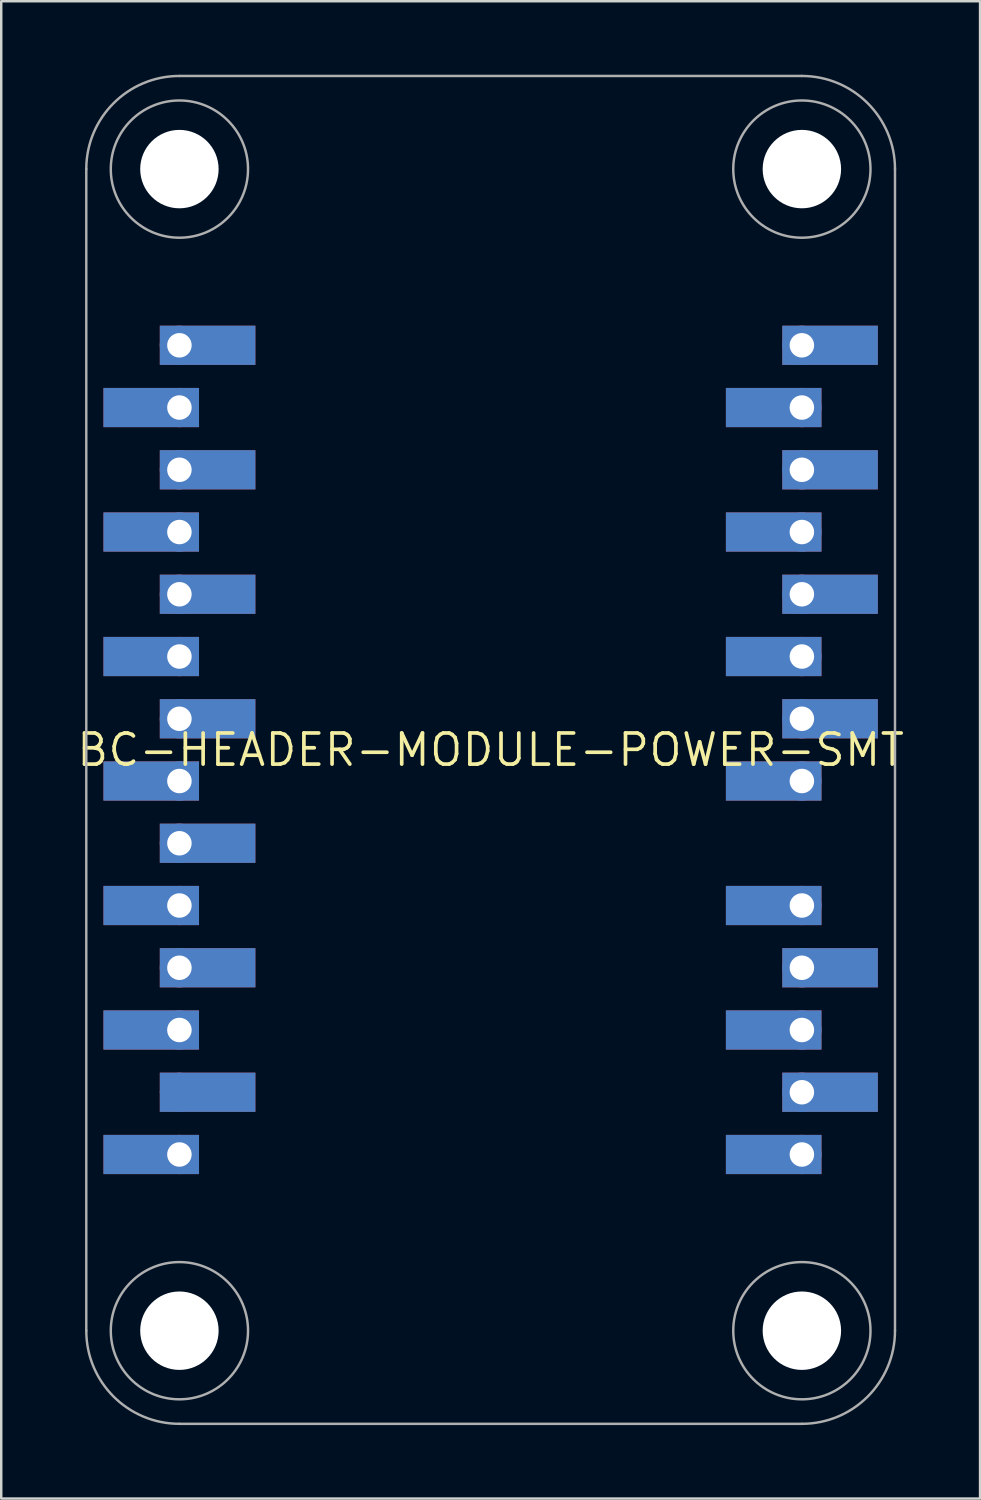
<source format=kicad_pcb>
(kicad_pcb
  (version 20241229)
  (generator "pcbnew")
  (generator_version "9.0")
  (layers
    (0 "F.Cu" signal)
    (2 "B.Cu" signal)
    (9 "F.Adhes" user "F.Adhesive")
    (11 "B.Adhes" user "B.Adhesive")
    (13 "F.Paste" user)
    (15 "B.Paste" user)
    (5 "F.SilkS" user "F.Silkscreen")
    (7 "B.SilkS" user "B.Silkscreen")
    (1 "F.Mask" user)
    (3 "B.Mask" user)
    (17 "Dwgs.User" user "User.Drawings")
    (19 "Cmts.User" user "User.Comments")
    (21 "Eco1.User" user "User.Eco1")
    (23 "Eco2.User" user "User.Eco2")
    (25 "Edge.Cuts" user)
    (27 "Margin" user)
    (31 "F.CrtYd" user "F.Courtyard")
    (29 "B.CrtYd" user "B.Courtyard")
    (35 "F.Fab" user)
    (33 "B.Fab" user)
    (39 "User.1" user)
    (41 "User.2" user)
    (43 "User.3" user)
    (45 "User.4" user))
  (footprint "BC-HEADER-MODULE-POWER-SMT"
    (layer "F.Cu")
    (at 16.971 27.55)
    (property "Reference" "BC-HEADER-MODULE-POWER-SMT" (at 0 0 0) (unlocked yes) (layer "F.SilkS") (effects (font (size 1.27 1.27) (thickness 0.15))))
    (fp_poly (pts (xy -11.9 -13.17) (xy -15.8 -13.17) (xy -15.8 -14.77) (xy -11.9 -14.77)) (stroke (width 0) (type default)) (fill yes) (layer "F.Cu"))
    (fp_poly (pts (xy -11.9 -8.09) (xy -15.8 -8.09) (xy -15.8 -9.69) (xy -11.9 -9.69)) (stroke (width 0) (type default)) (fill yes) (layer "F.Cu"))
    (fp_poly (pts (xy -11.9 -3.01) (xy -15.8 -3.01) (xy -15.8 -4.61) (xy -11.9 -4.61)) (stroke (width 0) (type default)) (fill yes) (layer "F.Cu"))
    (fp_poly (pts (xy -11.9 2.07) (xy -15.8 2.07) (xy -15.8 0.47) (xy -11.9 0.47)) (stroke (width 0) (type default)) (fill yes) (layer "F.Cu"))
    (fp_poly (pts (xy -11.9 7.15) (xy -15.8 7.15) (xy -15.8 5.55) (xy -11.9 5.55)) (stroke (width 0) (type default)) (fill yes) (layer "F.Cu"))
    (fp_poly (pts (xy -11.9 12.23) (xy -15.8 12.23) (xy -15.8 10.63) (xy -11.9 10.63)) (stroke (width 0) (type default)) (fill yes) (layer "F.Cu"))
    (fp_poly (pts (xy -11.9 17.31) (xy -15.8 17.31) (xy -15.8 15.71) (xy -11.9 15.71)) (stroke (width 0) (type default)) (fill yes) (layer "F.Cu"))
    (fp_poly (pts (xy -9.6 -15.71) (xy -13.5 -15.71) (xy -13.5 -17.31) (xy -9.6 -17.31)) (stroke (width 0) (type default)) (fill yes) (layer "F.Cu"))
    (fp_poly (pts (xy -9.6 -10.63) (xy -13.5 -10.63) (xy -13.5 -12.23) (xy -9.6 -12.23)) (stroke (width 0) (type default)) (fill yes) (layer "F.Cu"))
    (fp_poly (pts (xy -9.6 -5.55) (xy -13.5 -5.55) (xy -13.5 -7.15) (xy -9.6 -7.15)) (stroke (width 0) (type default)) (fill yes) (layer "F.Cu"))
    (fp_poly (pts (xy -9.6 -0.47) (xy -13.5 -0.47) (xy -13.5 -2.07) (xy -9.6 -2.07)) (stroke (width 0) (type default)) (fill yes) (layer "F.Cu"))
    (fp_poly (pts (xy -9.6 4.61) (xy -13.5 4.61) (xy -13.5 3.01) (xy -9.6 3.01)) (stroke (width 0) (type default)) (fill yes) (layer "F.Cu"))
    (fp_poly (pts (xy -9.6 9.69) (xy -13.5 9.69) (xy -13.5 8.09) (xy -9.6 8.09)) (stroke (width 0) (type default)) (fill yes) (layer "F.Cu"))
    (fp_poly (pts (xy -9.6 14.77) (xy -13.5 14.77) (xy -13.5 13.17) (xy -9.6 13.17)) (stroke (width 0) (type default)) (fill yes) (layer "F.Cu"))
    (fp_poly (pts (xy 13.5 -13.17) (xy 9.6 -13.17) (xy 9.6 -14.77) (xy 13.5 -14.77)) (stroke (width 0) (type default)) (fill yes) (layer "F.Cu"))
    (fp_poly (pts (xy 13.5 -8.09) (xy 9.6 -8.09) (xy 9.6 -9.69) (xy 13.5 -9.69)) (stroke (width 0) (type default)) (fill yes) (layer "F.Cu"))
    (fp_poly (pts (xy 13.5 -3.01) (xy 9.6 -3.01) (xy 9.6 -4.61) (xy 13.5 -4.61)) (stroke (width 0) (type default)) (fill yes) (layer "F.Cu"))
    (fp_poly (pts (xy 13.5 2.07) (xy 9.6 2.07) (xy 9.6 0.47) (xy 13.5 0.47)) (stroke (width 0) (type default)) (fill yes) (layer "F.Cu"))
    (fp_poly (pts (xy 13.5 7.15) (xy 9.6 7.15) (xy 9.6 5.55) (xy 13.5 5.55)) (stroke (width 0) (type default)) (fill yes) (layer "F.Cu"))
    (fp_poly (pts (xy 13.5 12.23) (xy 9.6 12.23) (xy 9.6 10.63) (xy 13.5 10.63)) (stroke (width 0) (type default)) (fill yes) (layer "F.Cu"))
    (fp_poly (pts (xy 13.5 17.31) (xy 9.6 17.31) (xy 9.6 15.71) (xy 13.5 15.71)) (stroke (width 0) (type default)) (fill yes) (layer "F.Cu"))
    (fp_poly (pts (xy 15.8 -15.71) (xy 11.9 -15.71) (xy 11.9 -17.31) (xy 15.8 -17.31)) (stroke (width 0) (type default)) (fill yes) (layer "F.Cu"))
    (fp_poly (pts (xy 15.8 -10.63) (xy 11.9 -10.63) (xy 11.9 -12.23) (xy 15.8 -12.23)) (stroke (width 0) (type default)) (fill yes) (layer "F.Cu"))
    (fp_poly (pts (xy 15.8 -5.55) (xy 11.9 -5.55) (xy 11.9 -7.15) (xy 15.8 -7.15)) (stroke (width 0) (type default)) (fill yes) (layer "F.Cu"))
    (fp_poly (pts (xy 15.8 -0.47) (xy 11.9 -0.47) (xy 11.9 -2.07) (xy 15.8 -2.07)) (stroke (width 0) (type default)) (fill yes) (layer "F.Cu"))
    (fp_poly (pts (xy 15.8 9.69) (xy 11.9 9.69) (xy 11.9 8.09) (xy 15.8 8.09)) (stroke (width 0) (type default)) (fill yes) (layer "F.Cu"))
    (fp_poly (pts (xy 15.8 14.77) (xy 11.9 14.77) (xy 11.9 13.17) (xy 15.8 13.17)) (stroke (width 0) (type default)) (fill yes) (layer "F.Cu"))
    (fp_poly (pts (xy -15.9 -13.07) (xy -11.8 -13.07) (xy -11.8 -14.87) (xy -15.9 -14.87)) (stroke (width 0) (type default)) (fill yes) (layer "F.Mask"))
    (fp_poly (pts (xy -15.9 -7.99) (xy -11.8 -7.99) (xy -11.8 -9.79) (xy -15.9 -9.79)) (stroke (width 0) (type default)) (fill yes) (layer "F.Mask"))
    (fp_poly (pts (xy -15.9 -2.91) (xy -11.8 -2.91) (xy -11.8 -4.71) (xy -15.9 -4.71)) (stroke (width 0) (type default)) (fill yes) (layer "F.Mask"))
    (fp_poly (pts (xy -15.9 2.17) (xy -11.8 2.17) (xy -11.8 0.37) (xy -15.9 0.37)) (stroke (width 0) (type default)) (fill yes) (layer "F.Mask"))
    (fp_poly (pts (xy -15.9 7.25) (xy -11.8 7.25) (xy -11.8 5.45) (xy -15.9 5.45)) (stroke (width 0) (type default)) (fill yes) (layer "F.Mask"))
    (fp_poly (pts (xy -15.9 12.33) (xy -11.8 12.33) (xy -11.8 10.53) (xy -15.9 10.53)) (stroke (width 0) (type default)) (fill yes) (layer "F.Mask"))
    (fp_poly (pts (xy -15.9 17.41) (xy -11.8 17.41) (xy -11.8 15.61) (xy -15.9 15.61)) (stroke (width 0) (type default)) (fill yes) (layer "F.Mask"))
    (fp_poly (pts (xy -9.5 -17.41) (xy -13.6 -17.41) (xy -13.6 -15.61) (xy -9.5 -15.61)) (stroke (width 0) (type default)) (fill yes) (layer "F.Mask"))
    (fp_poly (pts (xy -9.5 -12.33) (xy -13.6 -12.33) (xy -13.6 -10.53) (xy -9.5 -10.53)) (stroke (width 0) (type default)) (fill yes) (layer "F.Mask"))
    (fp_poly (pts (xy -9.5 -7.25) (xy -13.6 -7.25) (xy -13.6 -5.45) (xy -9.5 -5.45)) (stroke (width 0) (type default)) (fill yes) (layer "F.Mask"))
    (fp_poly (pts (xy -9.5 -2.17) (xy -13.6 -2.17) (xy -13.6 -0.37) (xy -9.5 -0.37)) (stroke (width 0) (type default)) (fill yes) (layer "F.Mask"))
    (fp_poly (pts (xy -9.5 2.91) (xy -13.6 2.91) (xy -13.6 4.71) (xy -9.5 4.71)) (stroke (width 0) (type default)) (fill yes) (layer "F.Mask"))
    (fp_poly (pts (xy -9.5 7.99) (xy -13.6 7.99) (xy -13.6 9.79) (xy -9.5 9.79)) (stroke (width 0) (type default)) (fill yes) (layer "F.Mask"))
    (fp_poly (pts (xy -9.5 13.07) (xy -13.6 13.07) (xy -13.6 14.87) (xy -9.5 14.87)) (stroke (width 0) (type default)) (fill yes) (layer "F.Mask"))
    (fp_poly (pts (xy 9.5 -13.07) (xy 13.6 -13.07) (xy 13.6 -14.87) (xy 9.5 -14.87)) (stroke (width 0) (type default)) (fill yes) (layer "F.Mask"))
    (fp_poly (pts (xy 9.5 -7.99) (xy 13.6 -7.99) (xy 13.6 -9.79) (xy 9.5 -9.79)) (stroke (width 0) (type default)) (fill yes) (layer "F.Mask"))
    (fp_poly (pts (xy 9.5 -2.91) (xy 13.6 -2.91) (xy 13.6 -4.71) (xy 9.5 -4.71)) (stroke (width 0) (type default)) (fill yes) (layer "F.Mask"))
    (fp_poly (pts (xy 9.5 2.17) (xy 13.6 2.17) (xy 13.6 0.37) (xy 9.5 0.37)) (stroke (width 0) (type default)) (fill yes) (layer "F.Mask"))
    (fp_poly (pts (xy 9.5 7.25) (xy 13.6 7.25) (xy 13.6 5.45) (xy 9.5 5.45)) (stroke (width 0) (type default)) (fill yes) (layer "F.Mask"))
    (fp_poly (pts (xy 9.5 12.33) (xy 13.6 12.33) (xy 13.6 10.53) (xy 9.5 10.53)) (stroke (width 0) (type default)) (fill yes) (layer "F.Mask"))
    (fp_poly (pts (xy 9.5 17.41) (xy 13.6 17.41) (xy 13.6 15.61) (xy 9.5 15.61)) (stroke (width 0) (type default)) (fill yes) (layer "F.Mask"))
    (fp_poly (pts (xy 15.9 -17.41) (xy 11.8 -17.41) (xy 11.8 -15.61) (xy 15.9 -15.61)) (stroke (width 0) (type default)) (fill yes) (layer "F.Mask"))
    (fp_poly (pts (xy 15.9 -12.33) (xy 11.8 -12.33) (xy 11.8 -10.53) (xy 15.9 -10.53)) (stroke (width 0) (type default)) (fill yes) (layer "F.Mask"))
    (fp_poly (pts (xy 15.9 -7.25) (xy 11.8 -7.25) (xy 11.8 -5.45) (xy 15.9 -5.45)) (stroke (width 0) (type default)) (fill yes) (layer "F.Mask"))
    (fp_poly (pts (xy 15.9 -2.17) (xy 11.8 -2.17) (xy 11.8 -0.37) (xy 15.9 -0.37)) (stroke (width 0) (type default)) (fill yes) (layer "F.Mask"))
    (fp_poly (pts (xy 15.9 7.99) (xy 11.8 7.99) (xy 11.8 9.79) (xy 15.9 9.79)) (stroke (width 0) (type default)) (fill yes) (layer "F.Mask"))
    (fp_poly (pts (xy 15.9 13.07) (xy 11.8 13.07) (xy 11.8 14.87) (xy 15.9 14.87)) (stroke (width 0) (type default)) (fill yes) (layer "F.Mask"))
    (fp_poly (pts (xy -11.9 -13.17) (xy -15.8 -13.17) (xy -15.8 -14.77) (xy -11.9 -14.77)) (stroke (width 0) (type default)) (fill yes) (layer "B.Cu"))
    (fp_poly (pts (xy -11.9 -8.09) (xy -15.8 -8.09) (xy -15.8 -9.69) (xy -11.9 -9.69)) (stroke (width 0) (type default)) (fill yes) (layer "B.Cu"))
    (fp_poly (pts (xy -11.9 -3.01) (xy -15.8 -3.01) (xy -15.8 -4.61) (xy -11.9 -4.61)) (stroke (width 0) (type default)) (fill yes) (layer "B.Cu"))
    (fp_poly (pts (xy -11.9 2.07) (xy -15.8 2.07) (xy -15.8 0.47) (xy -11.9 0.47)) (stroke (width 0) (type default)) (fill yes) (layer "B.Cu"))
    (fp_poly (pts (xy -11.9 7.15) (xy -15.8 7.15) (xy -15.8 5.55) (xy -11.9 5.55)) (stroke (width 0) (type default)) (fill yes) (layer "B.Cu"))
    (fp_poly (pts (xy -11.9 12.23) (xy -15.8 12.23) (xy -15.8 10.63) (xy -11.9 10.63)) (stroke (width 0) (type default)) (fill yes) (layer "B.Cu"))
    (fp_poly (pts (xy -11.9 17.31) (xy -15.8 17.31) (xy -15.8 15.71) (xy -11.9 15.71)) (stroke (width 0) (type default)) (fill yes) (layer "B.Cu"))
    (fp_poly (pts (xy -9.6 -15.71) (xy -13.5 -15.71) (xy -13.5 -17.31) (xy -9.6 -17.31)) (stroke (width 0) (type default)) (fill yes) (layer "B.Cu"))
    (fp_poly (pts (xy -9.6 -10.63) (xy -13.5 -10.63) (xy -13.5 -12.23) (xy -9.6 -12.23)) (stroke (width 0) (type default)) (fill yes) (layer "B.Cu"))
    (fp_poly (pts (xy -9.6 -5.55) (xy -13.5 -5.55) (xy -13.5 -7.15) (xy -9.6 -7.15)) (stroke (width 0) (type default)) (fill yes) (layer "B.Cu"))
    (fp_poly (pts (xy -9.6 -0.47) (xy -13.5 -0.47) (xy -13.5 -2.07) (xy -9.6 -2.07)) (stroke (width 0) (type default)) (fill yes) (layer "B.Cu"))
    (fp_poly (pts (xy -9.6 4.61) (xy -13.5 4.61) (xy -13.5 3.01) (xy -9.6 3.01)) (stroke (width 0) (type default)) (fill yes) (layer "B.Cu"))
    (fp_poly (pts (xy -9.6 9.69) (xy -13.5 9.69) (xy -13.5 8.09) (xy -9.6 8.09)) (stroke (width 0) (type default)) (fill yes) (layer "B.Cu"))
    (fp_poly (pts (xy -9.6 14.77) (xy -13.5 14.77) (xy -13.5 13.17) (xy -9.6 13.17)) (stroke (width 0) (type default)) (fill yes) (layer "B.Cu"))
    (fp_poly (pts (xy 13.5 -13.17) (xy 9.6 -13.17) (xy 9.6 -14.77) (xy 13.5 -14.77)) (stroke (width 0) (type default)) (fill yes) (layer "B.Cu"))
    (fp_poly (pts (xy 13.5 -8.09) (xy 9.6 -8.09) (xy 9.6 -9.69) (xy 13.5 -9.69)) (stroke (width 0) (type default)) (fill yes) (layer "B.Cu"))
    (fp_poly (pts (xy 13.5 -3.01) (xy 9.6 -3.01) (xy 9.6 -4.61) (xy 13.5 -4.61)) (stroke (width 0) (type default)) (fill yes) (layer "B.Cu"))
    (fp_poly (pts (xy 13.5 2.07) (xy 9.6 2.07) (xy 9.6 0.47) (xy 13.5 0.47)) (stroke (width 0) (type default)) (fill yes) (layer "B.Cu"))
    (fp_poly (pts (xy 13.5 7.15) (xy 9.6 7.15) (xy 9.6 5.55) (xy 13.5 5.55)) (stroke (width 0) (type default)) (fill yes) (layer "B.Cu"))
    (fp_poly (pts (xy 13.5 12.23) (xy 9.6 12.23) (xy 9.6 10.63) (xy 13.5 10.63)) (stroke (width 0) (type default)) (fill yes) (layer "B.Cu"))
    (fp_poly (pts (xy 13.5 17.31) (xy 9.6 17.31) (xy 9.6 15.71) (xy 13.5 15.71)) (stroke (width 0) (type default)) (fill yes) (layer "B.Cu"))
    (fp_poly (pts (xy 15.8 -15.71) (xy 11.9 -15.71) (xy 11.9 -17.31) (xy 15.8 -17.31)) (stroke (width 0) (type default)) (fill yes) (layer "B.Cu"))
    (fp_poly (pts (xy 15.8 -10.63) (xy 11.9 -10.63) (xy 11.9 -12.23) (xy 15.8 -12.23)) (stroke (width 0) (type default)) (fill yes) (layer "B.Cu"))
    (fp_poly (pts (xy 15.8 -5.55) (xy 11.9 -5.55) (xy 11.9 -7.15) (xy 15.8 -7.15)) (stroke (width 0) (type default)) (fill yes) (layer "B.Cu"))
    (fp_poly (pts (xy 15.8 -0.47) (xy 11.9 -0.47) (xy 11.9 -2.07) (xy 15.8 -2.07)) (stroke (width 0) (type default)) (fill yes) (layer "B.Cu"))
    (fp_poly (pts (xy 15.8 9.69) (xy 11.9 9.69) (xy 11.9 8.09) (xy 15.8 8.09)) (stroke (width 0) (type default)) (fill yes) (layer "B.Cu"))
    (fp_poly (pts (xy 15.8 14.77) (xy 11.9 14.77) (xy 11.9 13.17) (xy 15.8 13.17)) (stroke (width 0) (type default)) (fill yes) (layer "B.Cu"))
    (fp_poly (pts (xy -15.9 -13.07) (xy -11.8 -13.07) (xy -11.8 -14.87) (xy -15.9 -14.87)) (stroke (width 0) (type default)) (fill yes) (layer "B.Mask"))
    (fp_poly (pts (xy -15.9 -7.99) (xy -11.8 -7.99) (xy -11.8 -9.79) (xy -15.9 -9.79)) (stroke (width 0) (type default)) (fill yes) (layer "B.Mask"))
    (fp_poly (pts (xy -15.9 -2.91) (xy -11.8 -2.91) (xy -11.8 -4.71) (xy -15.9 -4.71)) (stroke (width 0) (type default)) (fill yes) (layer "B.Mask"))
    (fp_poly (pts (xy -15.9 2.17) (xy -11.8 2.17) (xy -11.8 0.37) (xy -15.9 0.37)) (stroke (width 0) (type default)) (fill yes) (layer "B.Mask"))
    (fp_poly (pts (xy -15.9 7.25) (xy -11.8 7.25) (xy -11.8 5.45) (xy -15.9 5.45)) (stroke (width 0) (type default)) (fill yes) (layer "B.Mask"))
    (fp_poly (pts (xy -15.9 12.33) (xy -11.8 12.33) (xy -11.8 10.53) (xy -15.9 10.53)) (stroke (width 0) (type default)) (fill yes) (layer "B.Mask"))
    (fp_poly (pts (xy -15.9 17.41) (xy -11.8 17.41) (xy -11.8 15.61) (xy -15.9 15.61)) (stroke (width 0) (type default)) (fill yes) (layer "B.Mask"))
    (fp_poly (pts (xy -9.5 -17.41) (xy -13.6 -17.41) (xy -13.6 -15.61) (xy -9.5 -15.61)) (stroke (width 0) (type default)) (fill yes) (layer "B.Mask"))
    (fp_poly (pts (xy -9.5 -12.33) (xy -13.6 -12.33) (xy -13.6 -10.53) (xy -9.5 -10.53)) (stroke (width 0) (type default)) (fill yes) (layer "B.Mask"))
    (fp_poly (pts (xy -9.5 -7.25) (xy -13.6 -7.25) (xy -13.6 -5.45) (xy -9.5 -5.45)) (stroke (width 0) (type default)) (fill yes) (layer "B.Mask"))
    (fp_poly (pts (xy -9.5 -2.17) (xy -13.6 -2.17) (xy -13.6 -0.37) (xy -9.5 -0.37)) (stroke (width 0) (type default)) (fill yes) (layer "B.Mask"))
    (fp_poly (pts (xy -9.5 2.91) (xy -13.6 2.91) (xy -13.6 4.71) (xy -9.5 4.71)) (stroke (width 0) (type default)) (fill yes) (layer "B.Mask"))
    (fp_poly (pts (xy -9.5 7.99) (xy -13.6 7.99) (xy -13.6 9.79) (xy -9.5 9.79)) (stroke (width 0) (type default)) (fill yes) (layer "B.Mask"))
    (fp_poly (pts (xy -9.5 13.07) (xy -13.6 13.07) (xy -13.6 14.87) (xy -9.5 14.87)) (stroke (width 0) (type default)) (fill yes) (layer "B.Mask"))
    (fp_poly (pts (xy 9.5 -13.07) (xy 13.6 -13.07) (xy 13.6 -14.87) (xy 9.5 -14.87)) (stroke (width 0) (type default)) (fill yes) (layer "B.Mask"))
    (fp_poly (pts (xy 9.5 -7.99) (xy 13.6 -7.99) (xy 13.6 -9.79) (xy 9.5 -9.79)) (stroke (width 0) (type default)) (fill yes) (layer "B.Mask"))
    (fp_poly (pts (xy 9.5 -2.91) (xy 13.6 -2.91) (xy 13.6 -4.71) (xy 9.5 -4.71)) (stroke (width 0) (type default)) (fill yes) (layer "B.Mask"))
    (fp_poly (pts (xy 9.5 2.17) (xy 13.6 2.17) (xy 13.6 0.37) (xy 9.5 0.37)) (stroke (width 0) (type default)) (fill yes) (layer "B.Mask"))
    (fp_poly (pts (xy 9.5 7.25) (xy 13.6 7.25) (xy 13.6 5.45) (xy 9.5 5.45)) (stroke (width 0) (type default)) (fill yes) (layer "B.Mask"))
    (fp_poly (pts (xy 9.5 12.33) (xy 13.6 12.33) (xy 13.6 10.53) (xy 9.5 10.53)) (stroke (width 0) (type default)) (fill yes) (layer "B.Mask"))
    (fp_poly (pts (xy 9.5 17.41) (xy 13.6 17.41) (xy 13.6 15.61) (xy 9.5 15.61)) (stroke (width 0) (type default)) (fill yes) (layer "B.Mask"))
    (fp_poly (pts (xy 15.9 -17.41) (xy 11.8 -17.41) (xy 11.8 -15.61) (xy 15.9 -15.61)) (stroke (width 0) (type default)) (fill yes) (layer "B.Mask"))
    (fp_poly (pts (xy 15.9 -12.33) (xy 11.8 -12.33) (xy 11.8 -10.53) (xy 15.9 -10.53)) (stroke (width 0) (type default)) (fill yes) (layer "B.Mask"))
    (fp_poly (pts (xy 15.9 -7.25) (xy 11.8 -7.25) (xy 11.8 -5.45) (xy 15.9 -5.45)) (stroke (width 0) (type default)) (fill yes) (layer "B.Mask"))
    (fp_poly (pts (xy 15.9 -2.17) (xy 11.8 -2.17) (xy 11.8 -0.37) (xy 15.9 -0.37)) (stroke (width 0) (type default)) (fill yes) (layer "B.Mask"))
    (fp_poly (pts (xy 15.9 7.99) (xy 11.8 7.99) (xy 11.8 9.79) (xy 15.9 9.79)) (stroke (width 0) (type default)) (fill yes) (layer "B.Mask"))
    (fp_poly (pts (xy 15.9 13.07) (xy 11.8 13.07) (xy 11.8 14.87) (xy 15.9 14.87)) (stroke (width 0) (type default)) (fill yes) (layer "B.Mask"))
    (fp_poly (pts (xy -15.7 -13.32) (xy -13.6 -13.32) (xy -13.6 -14.62) (xy -15.7 -14.62)) (stroke (width 0) (type default)) (fill yes) (layer "F.Paste"))
    (fp_poly (pts (xy -15.7 -8.24) (xy -13.6 -8.24) (xy -13.6 -9.54) (xy -15.7 -9.54)) (stroke (width 0) (type default)) (fill yes) (layer "F.Paste"))
    (fp_poly (pts (xy -15.7 -3.16) (xy -13.6 -3.16) (xy -13.6 -4.46) (xy -15.7 -4.46)) (stroke (width 0) (type default)) (fill yes) (layer "F.Paste"))
    (fp_poly (pts (xy -15.7 1.92) (xy -13.6 1.92) (xy -13.6 0.62) (xy -15.7 0.62)) (stroke (width 0) (type default)) (fill yes) (layer "F.Paste"))
    (fp_poly (pts (xy -15.7 7) (xy -13.6 7) (xy -13.6 5.7) (xy -15.7 5.7)) (stroke (width 0) (type default)) (fill yes) (layer "F.Paste"))
    (fp_poly (pts (xy -13.6 10.78) (xy -15.7 10.78) (xy -15.7 12.08) (xy -13.6 12.08)) (stroke (width 0) (type default)) (fill yes) (layer "F.Paste"))
    (fp_poly (pts (xy -13.6 15.86) (xy -15.7 15.86) (xy -15.7 17.16) (xy -13.6 17.16)) (stroke (width 0) (type default)) (fill yes) (layer "F.Paste"))
    (fp_poly (pts (xy -11.8 -10.78) (xy -9.7 -10.78) (xy -9.7 -12.08) (xy -11.8 -12.08)) (stroke (width 0) (type default)) (fill yes) (layer "F.Paste"))
    (fp_poly (pts (xy -11.8 -5.7) (xy -9.7 -5.7) (xy -9.7 -7) (xy -11.8 -7)) (stroke (width 0) (type default)) (fill yes) (layer "F.Paste"))
    (fp_poly (pts (xy -11.8 -0.62) (xy -9.7 -0.62) (xy -9.7 -1.92) (xy -11.8 -1.92)) (stroke (width 0) (type default)) (fill yes) (layer "F.Paste"))
    (fp_poly (pts (xy -11.8 4.46) (xy -9.7 4.46) (xy -9.7 3.16) (xy -11.8 3.16)) (stroke (width 0) (type default)) (fill yes) (layer "F.Paste"))
    (fp_poly (pts (xy -11.8 9.54) (xy -9.7 9.54) (xy -9.7 8.24) (xy -11.8 8.24)) (stroke (width 0) (type default)) (fill yes) (layer "F.Paste"))
    (fp_poly (pts (xy -11.8 14.62) (xy -9.7 14.62) (xy -9.7 13.32) (xy -11.8 13.32)) (stroke (width 0) (type default)) (fill yes) (layer "F.Paste"))
    (fp_poly (pts (xy -9.7 -17.16) (xy -11.8 -17.16) (xy -11.8 -15.86) (xy -9.7 -15.86)) (stroke (width 0) (type default)) (fill yes) (layer "F.Paste"))
    (fp_poly (pts (xy 9.7 -13.32) (xy 11.8 -13.32) (xy 11.8 -14.62) (xy 9.7 -14.62)) (stroke (width 0) (type default)) (fill yes) (layer "F.Paste"))
    (fp_poly (pts (xy 9.7 -8.24) (xy 11.8 -8.24) (xy 11.8 -9.54) (xy 9.7 -9.54)) (stroke (width 0) (type default)) (fill yes) (layer "F.Paste"))
    (fp_poly (pts (xy 9.7 -3.16) (xy 11.8 -3.16) (xy 11.8 -4.46) (xy 9.7 -4.46)) (stroke (width 0) (type default)) (fill yes) (layer "F.Paste"))
    (fp_poly (pts (xy 9.7 1.92) (xy 11.8 1.92) (xy 11.8 0.62) (xy 9.7 0.62)) (stroke (width 0) (type default)) (fill yes) (layer "F.Paste"))
    (fp_poly (pts (xy 9.7 7) (xy 11.8 7) (xy 11.8 5.7) (xy 9.7 5.7)) (stroke (width 0) (type default)) (fill yes) (layer "F.Paste"))
    (fp_poly (pts (xy 11.8 10.78) (xy 9.7 10.78) (xy 9.7 12.08) (xy 11.8 12.08)) (stroke (width 0) (type default)) (fill yes) (layer "F.Paste"))
    (fp_poly (pts (xy 11.8 15.86) (xy 9.7 15.86) (xy 9.7 17.16) (xy 11.8 17.16)) (stroke (width 0) (type default)) (fill yes) (layer "F.Paste"))
    (fp_poly (pts (xy 13.6 -10.78) (xy 15.7 -10.78) (xy 15.7 -12.08) (xy 13.6 -12.08)) (stroke (width 0) (type default)) (fill yes) (layer "F.Paste"))
    (fp_poly (pts (xy 13.6 -5.7) (xy 15.7 -5.7) (xy 15.7 -7) (xy 13.6 -7)) (stroke (width 0) (type default)) (fill yes) (layer "F.Paste"))
    (fp_poly (pts (xy 13.6 -0.62) (xy 15.7 -0.62) (xy 15.7 -1.92) (xy 13.6 -1.92)) (stroke (width 0) (type default)) (fill yes) (layer "F.Paste"))
    (fp_poly (pts (xy 13.6 9.54) (xy 15.7 9.54) (xy 15.7 8.24) (xy 13.6 8.24)) (stroke (width 0) (type default)) (fill yes) (layer "F.Paste"))
    (fp_poly (pts (xy 13.6 14.62) (xy 15.7 14.62) (xy 15.7 13.32) (xy 13.6 13.32)) (stroke (width 0) (type default)) (fill yes) (layer "F.Paste"))
    (fp_poly (pts (xy 15.7 -17.16) (xy 13.6 -17.16) (xy 13.6 -15.86) (xy 15.7 -15.86)) (stroke (width 0) (type default)) (fill yes) (layer "F.Paste"))
    (fp_poly (pts (xy -13.6 -14.62) (xy -15.7 -14.62) (xy -15.7 -13.32) (xy -13.6 -13.32)) (stroke (width 0) (type default)) (fill yes) (layer "B.Paste"))
    (fp_poly (pts (xy -13.6 -9.54) (xy -15.7 -9.54) (xy -15.7 -8.24) (xy -13.6 -8.24)) (stroke (width 0) (type default)) (fill yes) (layer "B.Paste"))
    (fp_poly (pts (xy -13.6 -4.46) (xy -15.7 -4.46) (xy -15.7 -3.16) (xy -13.6 -3.16)) (stroke (width 0) (type default)) (fill yes) (layer "B.Paste"))
    (fp_poly (pts (xy -13.6 0.62) (xy -15.7 0.62) (xy -15.7 1.92) (xy -13.6 1.92)) (stroke (width 0) (type default)) (fill yes) (layer "B.Paste"))
    (fp_poly (pts (xy -13.6 5.7) (xy -15.7 5.7) (xy -15.7 7) (xy -13.6 7)) (stroke (width 0) (type default)) (fill yes) (layer "B.Paste"))
    (fp_poly (pts (xy -13.6 10.78) (xy -15.7 10.78) (xy -15.7 12.08) (xy -13.6 12.08)) (stroke (width 0) (type default)) (fill yes) (layer "B.Paste"))
    (fp_poly (pts (xy -13.6 15.86) (xy -15.7 15.86) (xy -15.7 17.16) (xy -13.6 17.16)) (stroke (width 0) (type default)) (fill yes) (layer "B.Paste"))
    (fp_poly (pts (xy -11.8 9.54) (xy -9.7 9.54) (xy -9.7 8.24) (xy -11.8 8.24)) (stroke (width 0) (type default)) (fill yes) (layer "B.Paste"))
    (fp_poly (pts (xy -11.8 14.62) (xy -9.7 14.62) (xy -9.7 13.32) (xy -11.8 13.32)) (stroke (width 0) (type default)) (fill yes) (layer "B.Paste"))
    (fp_poly (pts (xy -9.7 -17.16) (xy -11.8 -17.16) (xy -11.8 -15.86) (xy -9.7 -15.86)) (stroke (width 0) (type default)) (fill yes) (layer "B.Paste"))
    (fp_poly (pts (xy -9.7 -12.08) (xy -11.8 -12.08) (xy -11.8 -10.78) (xy -9.7 -10.78)) (stroke (width 0) (type default)) (fill yes) (layer "B.Paste"))
    (fp_poly (pts (xy -9.7 -7) (xy -11.8 -7) (xy -11.8 -5.7) (xy -9.7 -5.7)) (stroke (width 0) (type default)) (fill yes) (layer "B.Paste"))
    (fp_poly (pts (xy -9.7 -1.92) (xy -11.8 -1.92) (xy -11.8 -0.62) (xy -9.7 -0.62)) (stroke (width 0) (type default)) (fill yes) (layer "B.Paste"))
    (fp_poly (pts (xy -9.7 3.16) (xy -11.8 3.16) (xy -11.8 4.46) (xy -9.7 4.46)) (stroke (width 0) (type default)) (fill yes) (layer "B.Paste"))
    (fp_poly (pts (xy 11.8 -14.62) (xy 9.7 -14.62) (xy 9.7 -13.32) (xy 11.8 -13.32)) (stroke (width 0) (type default)) (fill yes) (layer "B.Paste"))
    (fp_poly (pts (xy 11.8 -9.54) (xy 9.7 -9.54) (xy 9.7 -8.24) (xy 11.8 -8.24)) (stroke (width 0) (type default)) (fill yes) (layer "B.Paste"))
    (fp_poly (pts (xy 11.8 -4.46) (xy 9.7 -4.46) (xy 9.7 -3.16) (xy 11.8 -3.16)) (stroke (width 0) (type default)) (fill yes) (layer "B.Paste"))
    (fp_poly (pts (xy 11.8 0.62) (xy 9.7 0.62) (xy 9.7 1.92) (xy 11.8 1.92)) (stroke (width 0) (type default)) (fill yes) (layer "B.Paste"))
    (fp_poly (pts (xy 11.8 5.7) (xy 9.7 5.7) (xy 9.7 7) (xy 11.8 7)) (stroke (width 0) (type default)) (fill yes) (layer "B.Paste"))
    (fp_poly (pts (xy 11.8 10.78) (xy 9.7 10.78) (xy 9.7 12.08) (xy 11.8 12.08)) (stroke (width 0) (type default)) (fill yes) (layer "B.Paste"))
    (fp_poly (pts (xy 11.8 15.86) (xy 9.7 15.86) (xy 9.7 17.16) (xy 11.8 17.16)) (stroke (width 0) (type default)) (fill yes) (layer "B.Paste"))
    (fp_poly (pts (xy 13.6 9.54) (xy 15.7 9.54) (xy 15.7 8.24) (xy 13.6 8.24)) (stroke (width 0) (type default)) (fill yes) (layer "B.Paste"))
    (fp_poly (pts (xy 13.6 14.62) (xy 15.7 14.62) (xy 15.7 13.32) (xy 13.6 13.32)) (stroke (width 0) (type default)) (fill yes) (layer "B.Paste"))
    (fp_poly (pts (xy 15.7 -17.16) (xy 13.6 -17.16) (xy 13.6 -15.86) (xy 15.7 -15.86)) (stroke (width 0) (type default)) (fill yes) (layer "B.Paste"))
    (fp_poly (pts (xy 15.7 -12.08) (xy 13.6 -12.08) (xy 13.6 -10.78) (xy 15.7 -10.78)) (stroke (width 0) (type default)) (fill yes) (layer "B.Paste"))
    (fp_poly (pts (xy 15.7 -7) (xy 13.6 -7) (xy 13.6 -5.7) (xy 15.7 -5.7)) (stroke (width 0) (type default)) (fill yes) (layer "B.Paste"))
    (fp_poly (pts (xy 15.7 -1.92) (xy 13.6 -1.92) (xy 13.6 -0.62) (xy 15.7 -0.62)) (stroke (width 0) (type default)) (fill yes) (layer "B.Paste"))
    (fp_line (start -16.5 23.7) (end -16.5 -23.7) (stroke (width 0.1) (type solid)) (layer "F.Fab"))
    (fp_line (start -12.7 -27.5) (end 12.7 -27.5) (stroke (width 0.1) (type solid)) (layer "F.Fab"))
    (fp_line (start 12.7 27.5) (end -12.7 27.5) (stroke (width 0.1) (type solid)) (layer "F.Fab"))
    (fp_line (start 16.5 -23.7) (end 16.5 23.7) (stroke (width 0.1) (type solid)) (layer "F.Fab"))
    (fp_arc (start -16.5 -23.7) (mid -15.387006 -26.387006) (end -12.7 -27.5) (stroke (width 0.1) (type solid)) (layer "F.Fab"))
    (fp_arc (start -12.7 27.5) (mid -15.387006 26.387006) (end -16.5 23.7) (stroke (width 0.1) (type solid)) (layer "F.Fab"))
    (fp_arc (start 12.7 -27.5) (mid 15.387006 -26.387006) (end 16.5 -23.7) (stroke (width 0.1) (type solid)) (layer "F.Fab"))
    (fp_arc (start 16.5 23.7) (mid 15.387006 26.387006) (end 12.7 27.5) (stroke (width 0.1) (type solid)) (layer "F.Fab"))
    (fp_circle (center -12.7 -23.7) (end -9.9 -23.7) (stroke (width 0.1) (type solid)) (fill no) (layer "F.Fab"))
    (fp_circle (center -12.7 23.7) (end -9.9 23.7) (stroke (width 0.1) (type solid)) (fill no) (layer "F.Fab"))
    (fp_circle (center 12.7 -23.7) (end 15.5 -23.7) (stroke (width 0.1) (type solid)) (fill no) (layer "F.Fab"))
    (fp_circle (center 12.7 23.7) (end 15.5 23.7) (stroke (width 0.1) (type solid)) (fill no) (layer "F.Fab"))
    (pad "" np_thru_hole circle (at -12.7 -23.7) (size 3.2 3.2) (drill 3.2) (layers "*.Cu" "*.Mask"))
    (pad "" np_thru_hole circle (at -12.7 23.7) (size 3.2 3.2) (drill 3.2) (layers "*.Cu" "*.Mask"))
    (pad "" np_thru_hole circle (at 12.7 -23.7) (size 3.2 3.2) (drill 3.2) (layers "*.Cu" "*.Mask"))
    (pad "" np_thru_hole circle (at 12.7 23.7) (size 3.2 3.2) (drill 3.2) (layers "*.Cu" "*.Mask"))
    (pad "1" thru_hole circle (at -12.7 -16.51 270) (size 1.6 1.6) (drill 1) (layers "*.Cu"))
    (pad "2" thru_hole circle (at -12.7 -13.97 270) (size 1.6 1.6) (drill 1) (layers "*.Cu"))
    (pad "3" thru_hole circle (at -12.7 -11.43 270) (size 1.6 1.6) (drill 1) (layers "*.Cu"))
    (pad "4" thru_hole circle (at -12.7 -8.89 270) (size 1.6 1.6) (drill 1) (layers "*.Cu"))
    (pad "5" thru_hole circle (at -12.7 -6.35 270) (size 1.6 1.6) (drill 1) (layers "*.Cu"))
    (pad "6" thru_hole circle (at -12.7 -3.81 270) (size 1.6 1.6) (drill 1) (layers "*.Cu"))
    (pad "7" thru_hole circle (at -12.7 -1.27 270) (size 1.6 1.6) (drill 1) (layers "*.Cu"))
    (pad "8" thru_hole circle (at -12.7 1.27 270) (size 1.6 1.6) (drill 1) (layers "*.Cu"))
    (pad "9" thru_hole circle (at -12.7 3.81 270) (size 1.6 1.6) (drill 1) (layers "*.Cu"))
    (pad "10" thru_hole circle (at -12.7 6.35 270) (size 1.6 1.6) (drill 1) (layers "*.Cu"))
    (pad "11" thru_hole circle (at -12.7 8.89 270) (size 1.6 1.6) (drill 1) (layers "*.Cu"))
    (pad "12" thru_hole circle (at -12.7 11.43 270) (size 1.6 1.6) (drill 1) (layers "*.Cu"))
    (pad "13B" smd roundrect (at -12.7 13.97) (size 1.6 1.6) (layers "B.Cu") (roundrect_rratio 0.5))
    (pad "13T" smd roundrect (at -12.7 13.97) (size 1.6 1.6) (layers "F.Cu") (roundrect_rratio 0.5))
    (pad "14" thru_hole circle (at -12.7 16.51 270) (size 1.6 1.6) (drill 1) (layers "*.Cu"))
    (pad "15" thru_hole circle (at 12.7 16.51 90) (size 1.6 1.6) (drill 1) (layers "*.Cu"))
    (pad "16" thru_hole circle (at 12.7 13.97 90) (size 1.6 1.6) (drill 1) (layers "*.Cu"))
    (pad "17" thru_hole circle (at 12.7 11.43 90) (size 1.6 1.6) (drill 1) (layers "*.Cu"))
    (pad "18" thru_hole circle (at 12.7 8.89 90) (size 1.6 1.6) (drill 1) (layers "*.Cu"))
    (pad "19" thru_hole circle (at 12.7 6.35 90) (size 1.6 1.6) (drill 1) (layers "*.Cu"))
    (pad "21" thru_hole circle (at 12.7 1.27 90) (size 1.6 1.6) (drill 1) (layers "*.Cu"))
    (pad "22" thru_hole circle (at 12.7 -1.27 90) (size 1.6 1.6) (drill 1) (layers "*.Cu"))
    (pad "23" thru_hole circle (at 12.7 -3.81 90) (size 1.6 1.6) (drill 1) (layers "*.Cu"))
    (pad "24" thru_hole circle (at 12.7 -6.35 90) (size 1.6 1.6) (drill 1) (layers "*.Cu"))
    (pad "25" thru_hole circle (at 12.7 -8.89 90) (size 1.6 1.6) (drill 1) (layers "*.Cu"))
    (pad "26" thru_hole circle (at 12.7 -11.43 90) (size 1.6 1.6) (drill 1) (layers "*.Cu"))
    (pad "27" thru_hole circle (at 12.7 -13.97 90) (size 1.6 1.6) (drill 1) (layers "*.Cu"))
    (pad "28" thru_hole circle (at 12.7 -16.51 90) (size 1.6 1.6) (drill 1) (layers "*.Cu")))
  (gr_rect
    (start -3 -3)
    (end 36.942 58.1)
    (stroke (width 0.1) (type default))
    (fill no)
    (layer "Edge.Cuts")))
</source>
